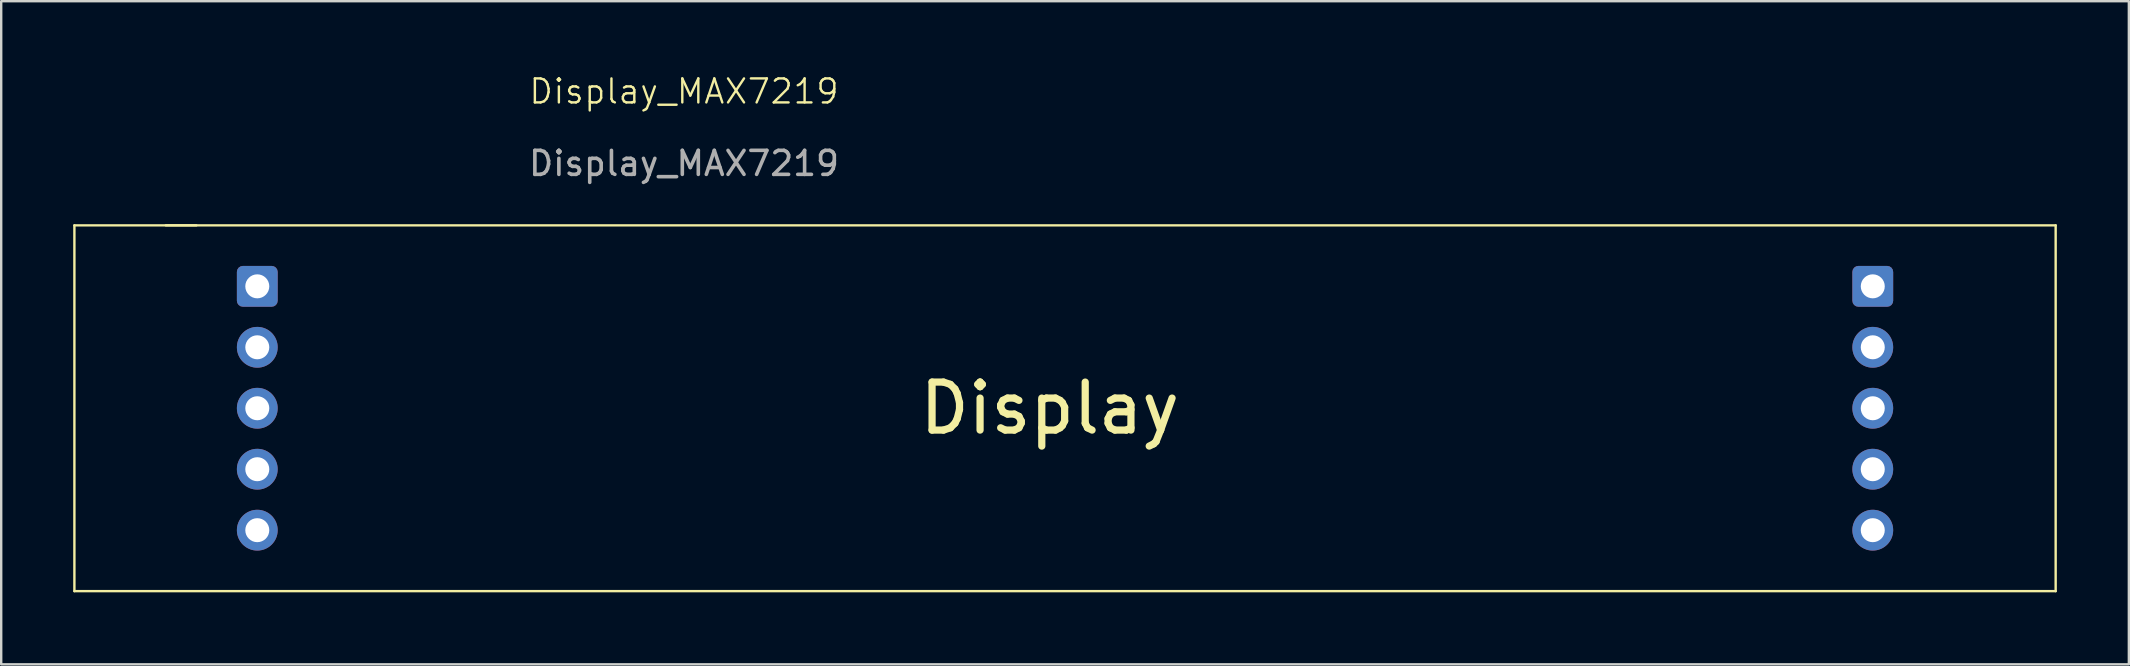
<source format=kicad_pcb>
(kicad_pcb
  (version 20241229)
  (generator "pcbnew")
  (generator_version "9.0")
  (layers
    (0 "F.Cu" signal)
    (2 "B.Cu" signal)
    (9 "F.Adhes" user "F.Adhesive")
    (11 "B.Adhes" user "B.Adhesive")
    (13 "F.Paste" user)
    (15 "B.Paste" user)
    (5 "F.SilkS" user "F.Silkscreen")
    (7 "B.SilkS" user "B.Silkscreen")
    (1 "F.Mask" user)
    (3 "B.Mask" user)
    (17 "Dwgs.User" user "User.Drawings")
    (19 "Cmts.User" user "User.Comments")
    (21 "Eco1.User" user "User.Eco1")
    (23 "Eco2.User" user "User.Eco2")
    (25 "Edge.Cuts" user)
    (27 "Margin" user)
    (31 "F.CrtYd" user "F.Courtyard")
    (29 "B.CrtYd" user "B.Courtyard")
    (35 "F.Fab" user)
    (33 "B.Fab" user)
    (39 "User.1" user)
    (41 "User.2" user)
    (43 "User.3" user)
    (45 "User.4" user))
  (footprint "Display_MAX7219"
    (layer "F.Cu")
    (at 25.45 1.26)
    (property "Reference" "Display_MAX7219" (at 0 -0.5 0) (unlocked yes) (layer "F.SilkS") (effects (font (size 1 1) (thickness 0.1))))
    (attr through_hole)
    (fp_line (start -25.4 5.08) (end -25.4 20.32) (stroke (width 0.1) (type default)) (layer "F.SilkS"))
    (fp_line (start -25.4 20.32) (end 57.15 20.32) (stroke (width 0.1) (type default)) (layer "F.SilkS"))
    (fp_line (start -21.59 5.08) (end 57.15 5.08) (stroke (width 0.1) (type default)) (layer "F.SilkS"))
    (fp_line (start -20.32 5.08) (end -25.4 5.08) (stroke (width 0.1) (type default)) (layer "F.SilkS"))
    (fp_line (start 57.15 20.32) (end 57.15 5.08) (stroke (width 0.1) (type default)) (layer "F.SilkS"))
    (fp_text user "Display" (at 15.24 12.7 0) (unlocked yes) (layer "F.SilkS") (effects (font (size 2 2) (thickness 0.3))))
    (fp_text user "${REFERENCE}" (at 0 2.5 0) (unlocked yes) (layer "F.Fab") (effects (font (size 1 1) (thickness 0.15))))
    (pad "1" thru_hole roundrect (at -17.78 7.62) (size 1.7 1.7) (drill 1) (layers "*.Cu" "*.Mask") (roundrect_rratio 0.147))
    (pad "2" thru_hole circle (at -17.78 10.16) (size 1.7 1.7) (drill 1) (layers "*.Cu" "*.Mask"))
    (pad "3" thru_hole circle (at -17.78 12.7) (size 1.7 1.7) (drill 1) (layers "*.Cu" "*.Mask"))
    (pad "4" thru_hole circle (at -17.78 15.24) (size 1.7 1.7) (drill 1) (layers "*.Cu" "*.Mask"))
    (pad "5" thru_hole circle (at -17.78 17.78) (size 1.7 1.7) (drill 1) (layers "*.Cu" "*.Mask"))
    (pad "6" thru_hole circle (at 49.53 17.78) (size 1.7 1.7) (drill 1) (layers "*.Cu" "*.Mask"))
    (pad "7" thru_hole circle (at 49.53 15.24) (size 1.7 1.7) (drill 1) (layers "*.Cu" "*.Mask"))
    (pad "8" thru_hole circle (at 49.53 12.7) (size 1.7 1.7) (drill 1) (layers "*.Cu" "*.Mask"))
    (pad "9" thru_hole circle (at 49.53 10.16) (size 1.7 1.7) (drill 1) (layers "*.Cu" "*.Mask"))
    (pad "10" thru_hole roundrect (at 49.53 7.62) (size 1.7 1.7) (drill 1) (layers "*.Cu" "*.Mask") (roundrect_rratio 0.147)))
  (gr_rect
    (start -3 -3)
    (end 85.65 24.631)
    (stroke (width 0.1) (type default))
    (fill no)
    (layer "Edge.Cuts")))
</source>
